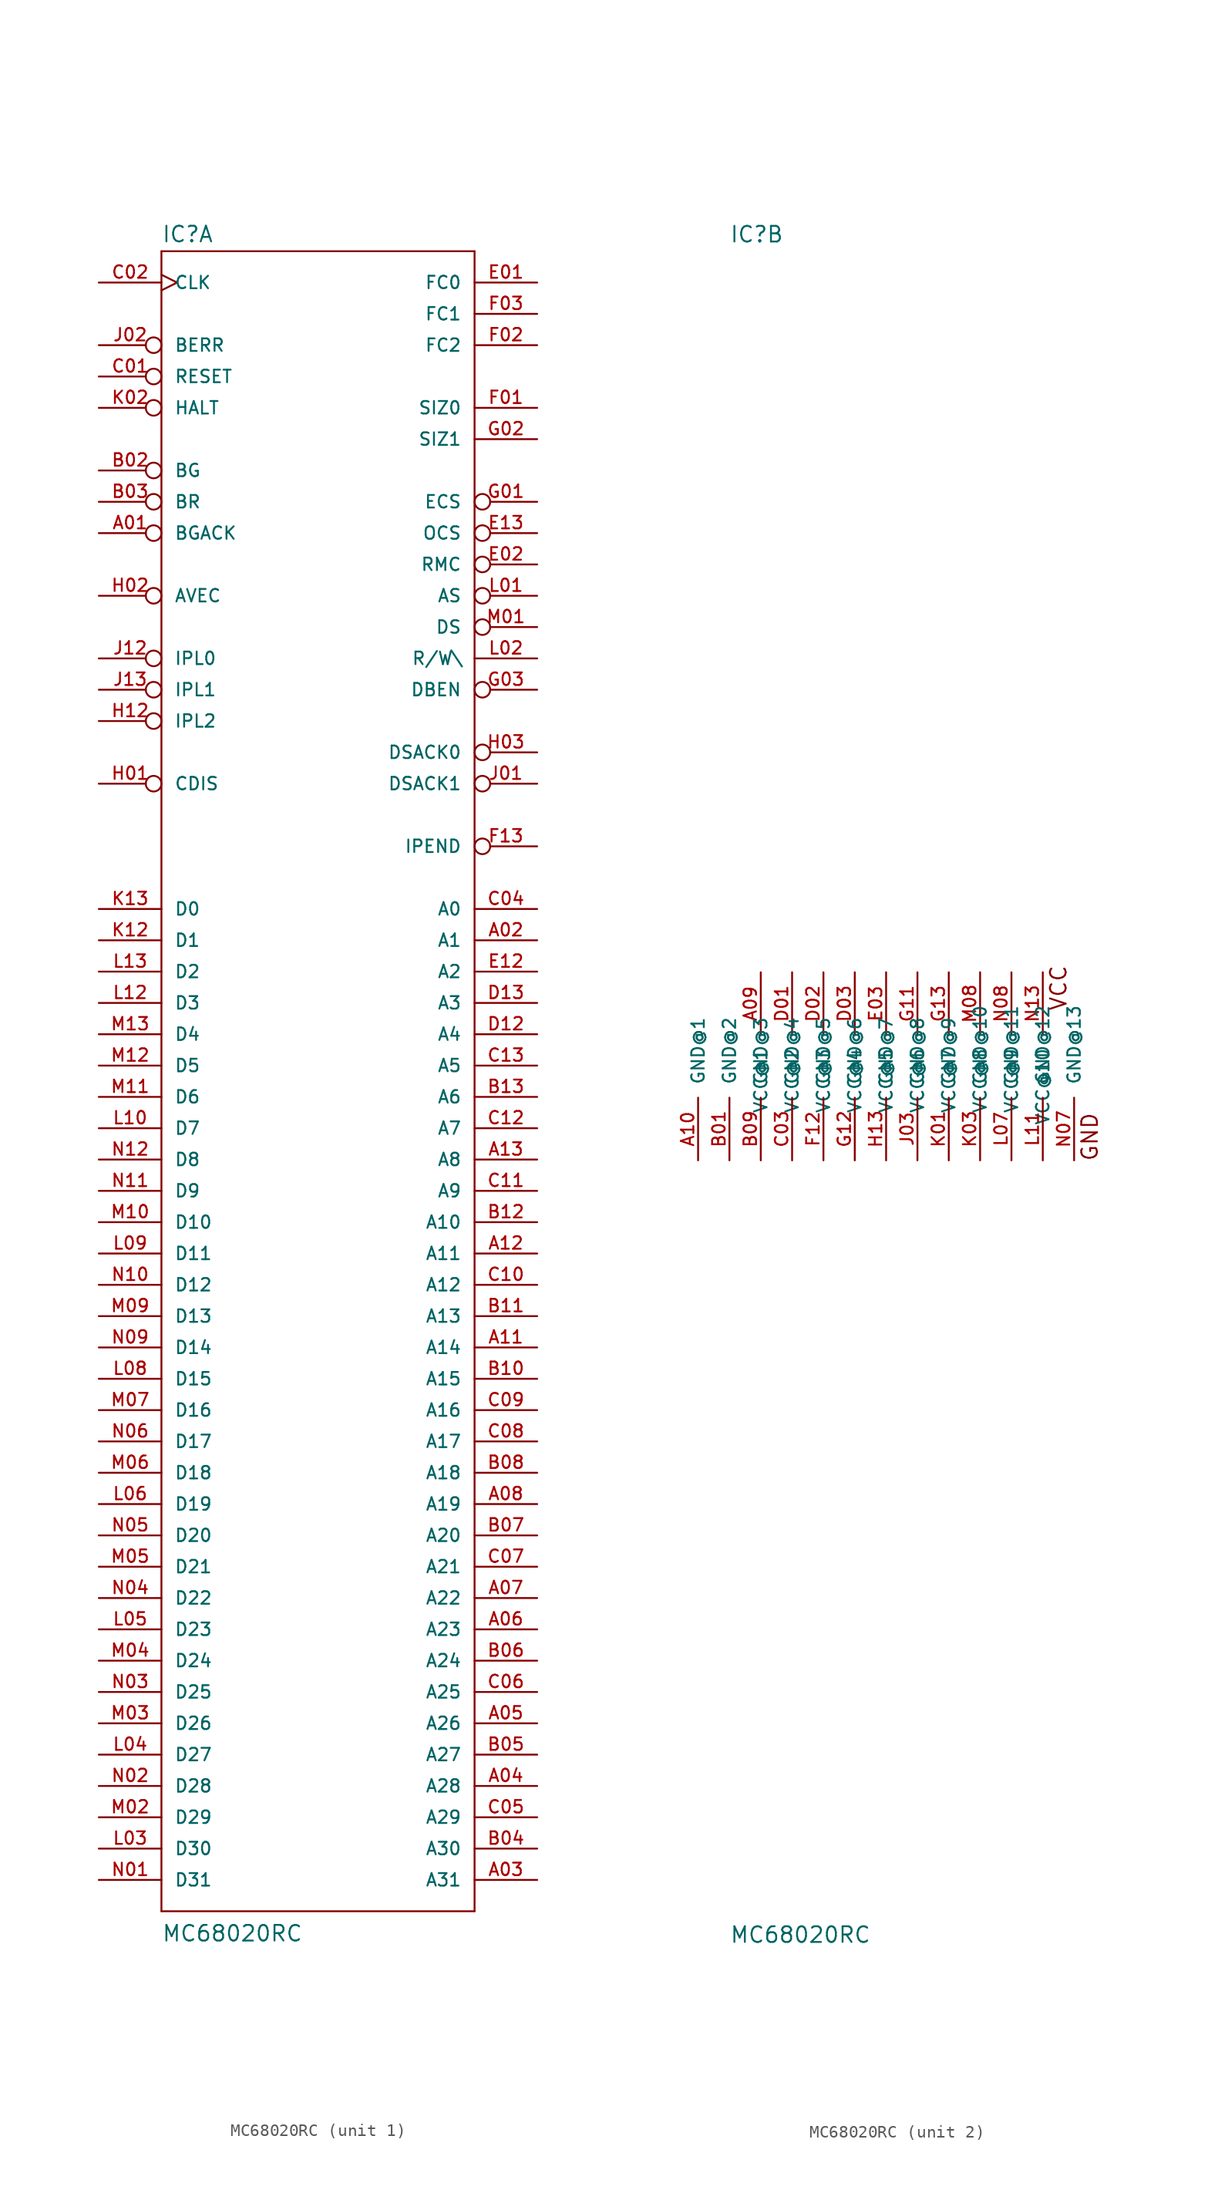
<source format=kicad_sym>
(kicad_symbol_lib
  (version 20220914)
  (generator kicad_symbol_editor)
  (symbol "MC68020RC"
    (pin_names
      (offset 1.016))
    (property "Reference" "IC"
      (at -12.7 66.675 0)
      (effects (font (size 1.27 1.27)) (justify left bottom)))
    (property "Value" "MC68020RC"
      (at -12.7 -71.12 0)
      (effects (font (size 1.27 1.27)) (justify left bottom)))
    (property "Datasheet" ""
      (at 0 0 0)
      (effects (font (size 1.524 1.524))))
    (property "ki_locked" ""
      (at 0 0 0)
      (effects (font (size 1.27 1.27))))
    (symbol "MC68020RC_1_0"
      (polyline (pts (xy -12.7 -68.58) (xy -12.7 66.04)) (stroke (width 0) (type solid)) (fill (type none)))
      (polyline (pts (xy -12.7 -68.58) (xy 12.7 -68.58)) (stroke (width 0) (type solid)) (fill (type none)))
      (polyline (pts (xy 12.7 66.04) (xy -12.7 66.04)) (stroke (width 0) (type solid)) (fill (type none)))
      (polyline (pts (xy 12.7 66.04) (xy 12.7 -68.58)) (stroke (width 0) (type solid)) (fill (type none))))
    (symbol "MC68020RC_1_1"
      (pin input inverted (at -17.78 43.18 0) (length 5.08) (name "BGACK" (effects (font (size 1.016 1.016)))) (number "A01" (effects (font (size 1.016 1.016)))))
      (pin output line (at 17.78 10.16 180) (length 5.08) (name "A1" (effects (font (size 1.016 1.016)))) (number "A02" (effects (font (size 1.016 1.016)))))
      (pin output line (at 17.78 -66.04 180) (length 5.08) (name "A31" (effects (font (size 1.016 1.016)))) (number "A03" (effects (font (size 1.016 1.016)))))
      (pin output line (at 17.78 -58.42 180) (length 5.08) (name "A28" (effects (font (size 1.016 1.016)))) (number "A04" (effects (font (size 1.016 1.016)))))
      (pin output line (at 17.78 -53.34 180) (length 5.08) (name "A26" (effects (font (size 1.016 1.016)))) (number "A05" (effects (font (size 1.016 1.016)))))
      (pin output line (at 17.78 -45.72 180) (length 5.08) (name "A23" (effects (font (size 1.016 1.016)))) (number "A06" (effects (font (size 1.016 1.016)))))
      (pin output line (at 17.78 -43.18 180) (length 5.08) (name "A22" (effects (font (size 1.016 1.016)))) (number "A07" (effects (font (size 1.016 1.016)))))
      (pin output line (at 17.78 -35.56 180) (length 5.08) (name "A19" (effects (font (size 1.016 1.016)))) (number "A08" (effects (font (size 1.016 1.016)))))
      (pin output line (at 17.78 -22.86 180) (length 5.08) (name "A14" (effects (font (size 1.016 1.016)))) (number "A11" (effects (font (size 1.016 1.016)))))
      (pin output line (at 17.78 -15.24 180) (length 5.08) (name "A11" (effects (font (size 1.016 1.016)))) (number "A12" (effects (font (size 1.016 1.016)))))
      (pin output line (at 17.78 -7.62 180) (length 5.08) (name "A8" (effects (font (size 1.016 1.016)))) (number "A13" (effects (font (size 1.016 1.016)))))
      (pin output inverted (at -17.78 48.26 0) (length 5.08) (name "BG" (effects (font (size 1.016 1.016)))) (number "B02" (effects (font (size 1.016 1.016)))))
      (pin input inverted (at -17.78 45.72 0) (length 5.08) (name "BR" (effects (font (size 1.016 1.016)))) (number "B03" (effects (font (size 1.016 1.016)))))
      (pin output line (at 17.78 -63.5 180) (length 5.08) (name "A30" (effects (font (size 1.016 1.016)))) (number "B04" (effects (font (size 1.016 1.016)))))
      (pin output line (at 17.78 -55.88 180) (length 5.08) (name "A27" (effects (font (size 1.016 1.016)))) (number "B05" (effects (font (size 1.016 1.016)))))
      (pin output line (at 17.78 -48.26 180) (length 5.08) (name "A24" (effects (font (size 1.016 1.016)))) (number "B06" (effects (font (size 1.016 1.016)))))
      (pin output line (at 17.78 -38.1 180) (length 5.08) (name "A20" (effects (font (size 1.016 1.016)))) (number "B07" (effects (font (size 1.016 1.016)))))
      (pin output line (at 17.78 -33.02 180) (length 5.08) (name "A18" (effects (font (size 1.016 1.016)))) (number "B08" (effects (font (size 1.016 1.016)))))
      (pin output line (at 17.78 -25.4 180) (length 5.08) (name "A15" (effects (font (size 1.016 1.016)))) (number "B10" (effects (font (size 1.016 1.016)))))
      (pin output line (at 17.78 -20.32 180) (length 5.08) (name "A13" (effects (font (size 1.016 1.016)))) (number "B11" (effects (font (size 1.016 1.016)))))
      (pin output line (at 17.78 -12.7 180) (length 5.08) (name "A10" (effects (font (size 1.016 1.016)))) (number "B12" (effects (font (size 1.016 1.016)))))
      (pin output line (at 17.78 -2.54 180) (length 5.08) (name "A6" (effects (font (size 1.016 1.016)))) (number "B13" (effects (font (size 1.016 1.016)))))
      (pin bidirectional inverted (at -17.78 55.88 0) (length 5.08) (name "RESET" (effects (font (size 1.016 1.016)))) (number "C01" (effects (font (size 1.016 1.016)))))
      (pin input clock (at -17.78 63.5 0) (length 5.08) (name "CLK" (effects (font (size 1.016 1.016)))) (number "C02" (effects (font (size 1.016 1.016)))))
      (pin output line (at 17.78 12.7 180) (length 5.08) (name "A0" (effects (font (size 1.016 1.016)))) (number "C04" (effects (font (size 1.016 1.016)))))
      (pin output line (at 17.78 -60.96 180) (length 5.08) (name "A29" (effects (font (size 1.016 1.016)))) (number "C05" (effects (font (size 1.016 1.016)))))
      (pin output line (at 17.78 -50.8 180) (length 5.08) (name "A25" (effects (font (size 1.016 1.016)))) (number "C06" (effects (font (size 1.016 1.016)))))
      (pin output line (at 17.78 -40.64 180) (length 5.08) (name "A21" (effects (font (size 1.016 1.016)))) (number "C07" (effects (font (size 1.016 1.016)))))
      (pin output line (at 17.78 -30.48 180) (length 5.08) (name "A17" (effects (font (size 1.016 1.016)))) (number "C08" (effects (font (size 1.016 1.016)))))
      (pin output line (at 17.78 -27.94 180) (length 5.08) (name "A16" (effects (font (size 1.016 1.016)))) (number "C09" (effects (font (size 1.016 1.016)))))
      (pin output line (at 17.78 -17.78 180) (length 5.08) (name "A12" (effects (font (size 1.016 1.016)))) (number "C10" (effects (font (size 1.016 1.016)))))
      (pin output line (at 17.78 -10.16 180) (length 5.08) (name "A9" (effects (font (size 1.016 1.016)))) (number "C11" (effects (font (size 1.016 1.016)))))
      (pin output line (at 17.78 -5.08 180) (length 5.08) (name "A7" (effects (font (size 1.016 1.016)))) (number "C12" (effects (font (size 1.016 1.016)))))
      (pin output line (at 17.78 0 180) (length 5.08) (name "A5" (effects (font (size 1.016 1.016)))) (number "C13" (effects (font (size 1.016 1.016)))))
      (pin output line (at 17.78 2.54 180) (length 5.08) (name "A4" (effects (font (size 1.016 1.016)))) (number "D12" (effects (font (size 1.016 1.016)))))
      (pin output line (at 17.78 5.08 180) (length 5.08) (name "A3" (effects (font (size 1.016 1.016)))) (number "D13" (effects (font (size 1.016 1.016)))))
      (pin output line (at 17.78 63.5 180) (length 5.08) (name "FC0" (effects (font (size 1.016 1.016)))) (number "E01" (effects (font (size 1.016 1.016)))))
      (pin output inverted (at 17.78 40.64 180) (length 5.08) (name "RMC" (effects (font (size 1.016 1.016)))) (number "E02" (effects (font (size 1.016 1.016)))))
      (pin output line (at 17.78 7.62 180) (length 5.08) (name "A2" (effects (font (size 1.016 1.016)))) (number "E12" (effects (font (size 1.016 1.016)))))
      (pin output inverted (at 17.78 43.18 180) (length 5.08) (name "OCS" (effects (font (size 1.016 1.016)))) (number "E13" (effects (font (size 1.016 1.016)))))
      (pin output line (at 17.78 53.34 180) (length 5.08) (name "SIZ0" (effects (font (size 1.016 1.016)))) (number "F01" (effects (font (size 1.016 1.016)))))
      (pin output line (at 17.78 58.42 180) (length 5.08) (name "FC2" (effects (font (size 1.016 1.016)))) (number "F02" (effects (font (size 1.016 1.016)))))
      (pin output line (at 17.78 60.96 180) (length 5.08) (name "FC1" (effects (font (size 1.016 1.016)))) (number "F03" (effects (font (size 1.016 1.016)))))
      (pin output inverted (at 17.78 17.78 180) (length 5.08) (name "IPEND" (effects (font (size 1.016 1.016)))) (number "F13" (effects (font (size 1.016 1.016)))))
      (pin output inverted (at 17.78 45.72 180) (length 5.08) (name "ECS" (effects (font (size 1.016 1.016)))) (number "G01" (effects (font (size 1.016 1.016)))))
      (pin output line (at 17.78 50.8 180) (length 5.08) (name "SIZ1" (effects (font (size 1.016 1.016)))) (number "G02" (effects (font (size 1.016 1.016)))))
      (pin output inverted (at 17.78 30.48 180) (length 5.08) (name "DBEN" (effects (font (size 1.016 1.016)))) (number "G03" (effects (font (size 1.016 1.016)))))
      (pin input inverted (at -17.78 22.86 0) (length 5.08) (name "CDIS" (effects (font (size 1.016 1.016)))) (number "H01" (effects (font (size 1.016 1.016)))))
      (pin input inverted (at -17.78 38.1 0) (length 5.08) (name "AVEC" (effects (font (size 1.016 1.016)))) (number "H02" (effects (font (size 1.016 1.016)))))
      (pin input inverted (at 17.78 25.4 180) (length 5.08) (name "DSACK0" (effects (font (size 1.016 1.016)))) (number "H03" (effects (font (size 1.016 1.016)))))
      (pin input inverted (at -17.78 27.94 0) (length 5.08) (name "IPL2" (effects (font (size 1.016 1.016)))) (number "H12" (effects (font (size 1.016 1.016)))))
      (pin input inverted (at 17.78 22.86 180) (length 5.08) (name "DSACK1" (effects (font (size 1.016 1.016)))) (number "J01" (effects (font (size 1.016 1.016)))))
      (pin input inverted (at -17.78 58.42 0) (length 5.08) (name "BERR" (effects (font (size 1.016 1.016)))) (number "J02" (effects (font (size 1.016 1.016)))))
      (pin input inverted (at -17.78 33.02 0) (length 5.08) (name "IPL0" (effects (font (size 1.016 1.016)))) (number "J12" (effects (font (size 1.016 1.016)))))
      (pin input inverted (at -17.78 30.48 0) (length 5.08) (name "IPL1" (effects (font (size 1.016 1.016)))) (number "J13" (effects (font (size 1.016 1.016)))))
      (pin bidirectional inverted (at -17.78 53.34 0) (length 5.08) (name "HALT" (effects (font (size 1.016 1.016)))) (number "K02" (effects (font (size 1.016 1.016)))))
      (pin bidirectional line (at -17.78 10.16 0) (length 5.08) (name "D1" (effects (font (size 1.016 1.016)))) (number "K12" (effects (font (size 1.016 1.016)))))
      (pin bidirectional line (at -17.78 12.7 0) (length 5.08) (name "D0" (effects (font (size 1.016 1.016)))) (number "K13" (effects (font (size 1.016 1.016)))))
      (pin output inverted (at 17.78 38.1 180) (length 5.08) (name "AS" (effects (font (size 1.016 1.016)))) (number "L01" (effects (font (size 1.016 1.016)))))
      (pin output line (at 17.78 33.02 180) (length 5.08) (name "R/W\\" (effects (font (size 1.016 1.016)))) (number "L02" (effects (font (size 1.016 1.016)))))
      (pin bidirectional line (at -17.78 -63.5 0) (length 5.08) (name "D30" (effects (font (size 1.016 1.016)))) (number "L03" (effects (font (size 1.016 1.016)))))
      (pin bidirectional line (at -17.78 -55.88 0) (length 5.08) (name "D27" (effects (font (size 1.016 1.016)))) (number "L04" (effects (font (size 1.016 1.016)))))
      (pin bidirectional line (at -17.78 -45.72 0) (length 5.08) (name "D23" (effects (font (size 1.016 1.016)))) (number "L05" (effects (font (size 1.016 1.016)))))
      (pin bidirectional line (at -17.78 -35.56 0) (length 5.08) (name "D19" (effects (font (size 1.016 1.016)))) (number "L06" (effects (font (size 1.016 1.016)))))
      (pin bidirectional line (at -17.78 -25.4 0) (length 5.08) (name "D15" (effects (font (size 1.016 1.016)))) (number "L08" (effects (font (size 1.016 1.016)))))
      (pin bidirectional line (at -17.78 -15.24 0) (length 5.08) (name "D11" (effects (font (size 1.016 1.016)))) (number "L09" (effects (font (size 1.016 1.016)))))
      (pin bidirectional line (at -17.78 -5.08 0) (length 5.08) (name "D7" (effects (font (size 1.016 1.016)))) (number "L10" (effects (font (size 1.016 1.016)))))
      (pin bidirectional line (at -17.78 5.08 0) (length 5.08) (name "D3" (effects (font (size 1.016 1.016)))) (number "L12" (effects (font (size 1.016 1.016)))))
      (pin bidirectional line (at -17.78 7.62 0) (length 5.08) (name "D2" (effects (font (size 1.016 1.016)))) (number "L13" (effects (font (size 1.016 1.016)))))
      (pin output inverted (at 17.78 35.56 180) (length 5.08) (name "DS" (effects (font (size 1.016 1.016)))) (number "M01" (effects (font (size 1.016 1.016)))))
      (pin bidirectional line (at -17.78 -60.96 0) (length 5.08) (name "D29" (effects (font (size 1.016 1.016)))) (number "M02" (effects (font (size 1.016 1.016)))))
      (pin bidirectional line (at -17.78 -53.34 0) (length 5.08) (name "D26" (effects (font (size 1.016 1.016)))) (number "M03" (effects (font (size 1.016 1.016)))))
      (pin bidirectional line (at -17.78 -48.26 0) (length 5.08) (name "D24" (effects (font (size 1.016 1.016)))) (number "M04" (effects (font (size 1.016 1.016)))))
      (pin bidirectional line (at -17.78 -40.64 0) (length 5.08) (name "D21" (effects (font (size 1.016 1.016)))) (number "M05" (effects (font (size 1.016 1.016)))))
      (pin bidirectional line (at -17.78 -33.02 0) (length 5.08) (name "D18" (effects (font (size 1.016 1.016)))) (number "M06" (effects (font (size 1.016 1.016)))))
      (pin bidirectional line (at -17.78 -27.94 0) (length 5.08) (name "D16" (effects (font (size 1.016 1.016)))) (number "M07" (effects (font (size 1.016 1.016)))))
      (pin bidirectional line (at -17.78 -20.32 0) (length 5.08) (name "D13" (effects (font (size 1.016 1.016)))) (number "M09" (effects (font (size 1.016 1.016)))))
      (pin bidirectional line (at -17.78 -12.7 0) (length 5.08) (name "D10" (effects (font (size 1.016 1.016)))) (number "M10" (effects (font (size 1.016 1.016)))))
      (pin bidirectional line (at -17.78 -2.54 0) (length 5.08) (name "D6" (effects (font (size 1.016 1.016)))) (number "M11" (effects (font (size 1.016 1.016)))))
      (pin bidirectional line (at -17.78 0 0) (length 5.08) (name "D5" (effects (font (size 1.016 1.016)))) (number "M12" (effects (font (size 1.016 1.016)))))
      (pin bidirectional line (at -17.78 2.54 0) (length 5.08) (name "D4" (effects (font (size 1.016 1.016)))) (number "M13" (effects (font (size 1.016 1.016)))))
      (pin bidirectional line (at -17.78 -66.04 0) (length 5.08) (name "D31" (effects (font (size 1.016 1.016)))) (number "N01" (effects (font (size 1.016 1.016)))))
      (pin bidirectional line (at -17.78 -58.42 0) (length 5.08) (name "D28" (effects (font (size 1.016 1.016)))) (number "N02" (effects (font (size 1.016 1.016)))))
      (pin bidirectional line (at -17.78 -50.8 0) (length 5.08) (name "D25" (effects (font (size 1.016 1.016)))) (number "N03" (effects (font (size 1.016 1.016)))))
      (pin bidirectional line (at -17.78 -43.18 0) (length 5.08) (name "D22" (effects (font (size 1.016 1.016)))) (number "N04" (effects (font (size 1.016 1.016)))))
      (pin bidirectional line (at -17.78 -38.1 0) (length 5.08) (name "D20" (effects (font (size 1.016 1.016)))) (number "N05" (effects (font (size 1.016 1.016)))))
      (pin bidirectional line (at -17.78 -30.48 0) (length 5.08) (name "D17" (effects (font (size 1.016 1.016)))) (number "N06" (effects (font (size 1.016 1.016)))))
      (pin bidirectional line (at -17.78 -22.86 0) (length 5.08) (name "D14" (effects (font (size 1.016 1.016)))) (number "N09" (effects (font (size 1.016 1.016)))))
      (pin bidirectional line (at -17.78 -17.78 0) (length 5.08) (name "D12" (effects (font (size 1.016 1.016)))) (number "N10" (effects (font (size 1.016 1.016)))))
      (pin bidirectional line (at -17.78 -10.16 0) (length 5.08) (name "D9" (effects (font (size 1.016 1.016)))) (number "N11" (effects (font (size 1.016 1.016)))))
      (pin bidirectional line (at -17.78 -7.62 0) (length 5.08) (name "D8" (effects (font (size 1.016 1.016)))) (number "N12" (effects (font (size 1.016 1.016))))))
    (symbol "MC68020RC_2_0"
      (text "GND" (at 16.51 -5.715 1) (effects (font (size 1.27 1.27))))
      (text "VCC" (at 13.97 6.35 1) (effects (font (size 1.27 1.27)))))
    (symbol "MC68020RC_2_1"
      (pin power_in line (at -10.16 7.62 270) (length 5.08) (name "VCC@1" (effects (font (size 1.016 1.016)))) (number "A09" (effects (font (size 1.016 1.016)))))
      (pin power_in line (at -15.24 -7.62 90) (length 5.08) (name "GND@1" (effects (font (size 1.016 1.016)))) (number "A10" (effects (font (size 1.016 1.016)))))
      (pin power_in line (at -12.7 -7.62 90) (length 5.08) (name "GND@2" (effects (font (size 1.016 1.016)))) (number "B01" (effects (font (size 1.016 1.016)))))
      (pin power_in line (at -10.16 -7.62 90) (length 5.08) (name "GND@3" (effects (font (size 1.016 1.016)))) (number "B09" (effects (font (size 1.016 1.016)))))
      (pin power_in line (at -7.62 -7.62 90) (length 5.08) (name "GND@4" (effects (font (size 1.016 1.016)))) (number "C03" (effects (font (size 1.016 1.016)))))
      (pin power_in line (at -7.62 7.62 270) (length 5.08) (name "VCC@2" (effects (font (size 1.016 1.016)))) (number "D01" (effects (font (size 1.016 1.016)))))
      (pin power_in line (at -5.08 7.62 270) (length 5.08) (name "VCC@3" (effects (font (size 1.016 1.016)))) (number "D02" (effects (font (size 1.016 1.016)))))
      (pin power_in line (at -2.54 7.62 270) (length 5.08) (name "VCC@4" (effects (font (size 1.016 1.016)))) (number "D03" (effects (font (size 1.016 1.016)))))
      (pin power_in line (at 0 7.62 270) (length 5.08) (name "VCC@5" (effects (font (size 1.016 1.016)))) (number "E03" (effects (font (size 1.016 1.016)))))
      (pin power_in line (at -5.08 -7.62 90) (length 5.08) (name "GND@5" (effects (font (size 1.016 1.016)))) (number "F12" (effects (font (size 1.016 1.016)))))
      (pin power_in line (at 2.54 7.62 270) (length 5.08) (name "VCC@6" (effects (font (size 1.016 1.016)))) (number "G11" (effects (font (size 1.016 1.016)))))
      (pin power_in line (at -2.54 -7.62 90) (length 5.08) (name "GND@6" (effects (font (size 1.016 1.016)))) (number "G12" (effects (font (size 1.016 1.016)))))
      (pin power_in line (at 5.08 7.62 270) (length 5.08) (name "VCC@7" (effects (font (size 1.016 1.016)))) (number "G13" (effects (font (size 1.016 1.016)))))
      (pin power_in line (at 0 -7.62 90) (length 5.08) (name "GND@7" (effects (font (size 1.016 1.016)))) (number "H13" (effects (font (size 1.016 1.016)))))
      (pin power_in line (at 2.54 -7.62 90) (length 5.08) (name "GND@8" (effects (font (size 1.016 1.016)))) (number "J03" (effects (font (size 1.016 1.016)))))
      (pin power_in line (at 5.08 -7.62 90) (length 5.08) (name "GND@9" (effects (font (size 1.016 1.016)))) (number "K01" (effects (font (size 1.016 1.016)))))
      (pin power_in line (at 7.62 -7.62 90) (length 5.08) (name "GND@10" (effects (font (size 1.016 1.016)))) (number "K03" (effects (font (size 1.016 1.016)))))
      (pin power_in line (at 10.16 -7.62 90) (length 5.08) (name "GND@11" (effects (font (size 1.016 1.016)))) (number "L07" (effects (font (size 1.016 1.016)))))
      (pin power_in line (at 12.7 -7.62 90) (length 5.08) (name "GND@12" (effects (font (size 1.016 1.016)))) (number "L11" (effects (font (size 1.016 1.016)))))
      (pin power_in line (at 7.62 7.62 270) (length 5.08) (name "VCC@8" (effects (font (size 1.016 1.016)))) (number "M08" (effects (font (size 1.016 1.016)))))
      (pin power_in line (at 15.24 -7.62 90) (length 5.08) (name "GND@13" (effects (font (size 1.016 1.016)))) (number "N07" (effects (font (size 1.016 1.016)))))
      (pin power_in line (at 10.16 7.62 270) (length 5.08) (name "VCC@9" (effects (font (size 1.016 1.016)))) (number "N08" (effects (font (size 1.016 1.016)))))
      (pin power_in line (at 12.7 7.62 270) (length 5.08) (name "VCC@10" (effects (font (size 1.016 1.016)))) (number "N13" (effects (font (size 1.016 1.016))))))))
</source>
